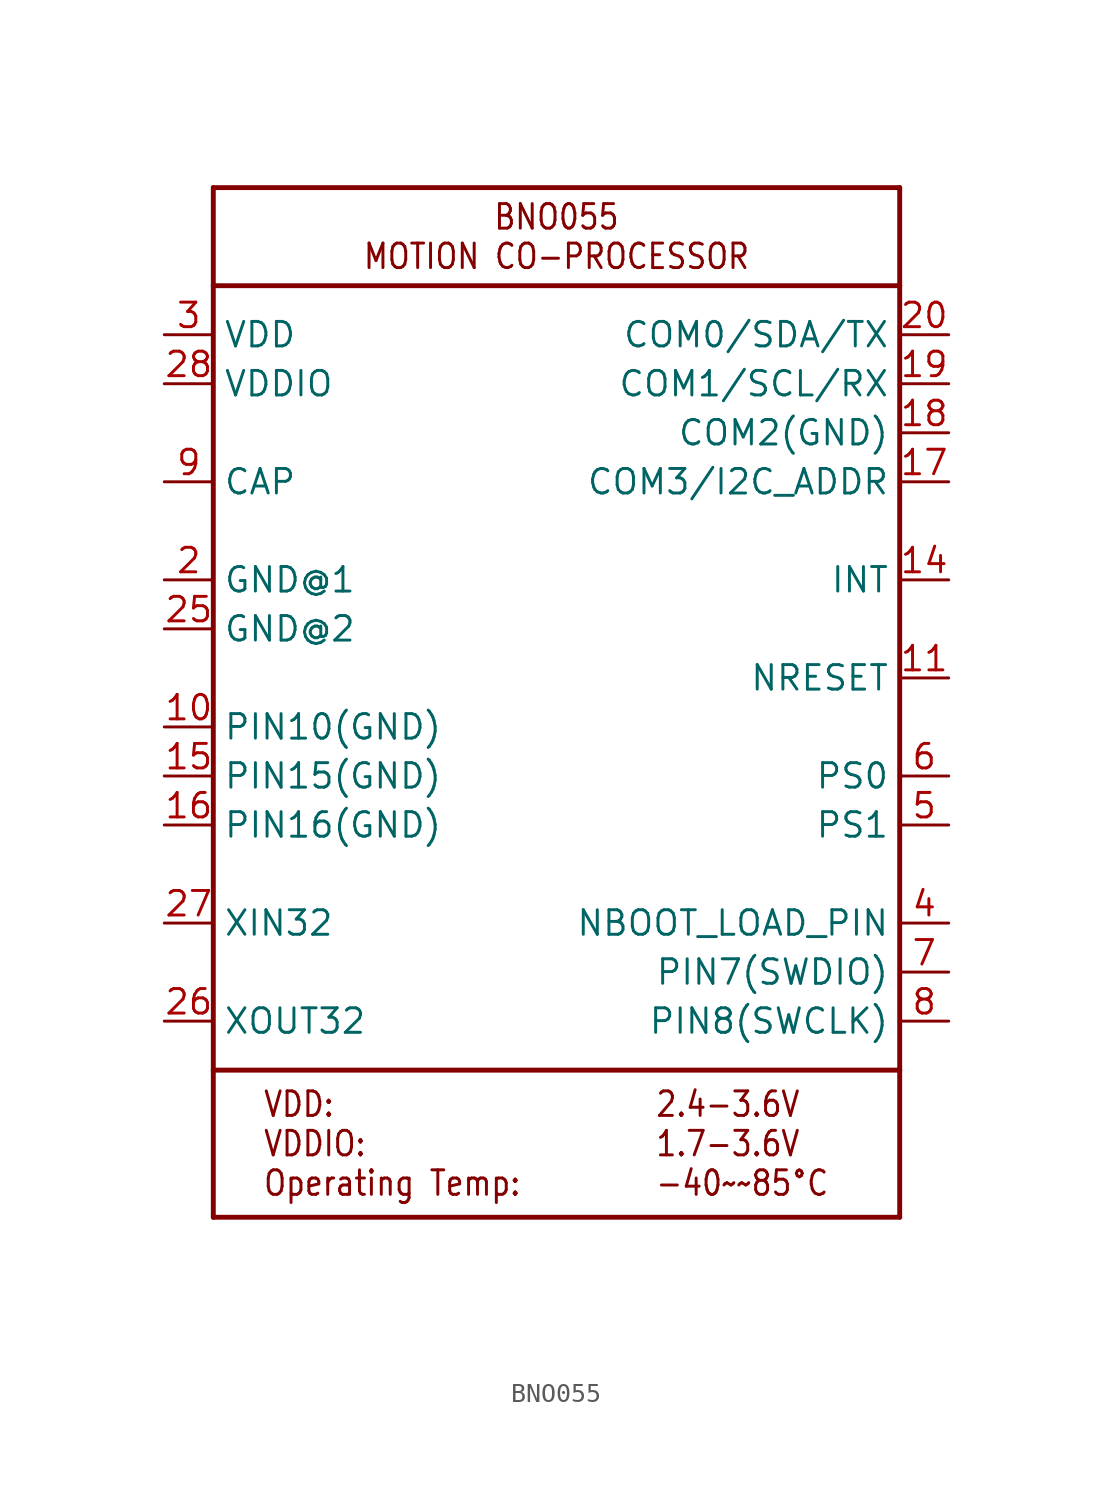
<source format=kicad_sym>
(kicad_symbol_lib
  (version 20231120)
  (generator "kicad_symbol_editor")
  (generator_version "8.0")
  (symbol "BNO055"
    (property "Reference" ""
      (at -17.78 26.67 0)
      (effects (font (size 1.27 1.079)) (justify left bottom) (hide yes)))
    (property "Value" ""
      (at -17.78 -30.48 0)
      (effects (font (size 1.27 1.079)) (justify left bottom)))
    (property "ki_locked" ""
      (at 0 0 0)
      (effects (font (size 1.27 1.27))))
    (symbol "BNO055_1_0"
      (polyline (pts (xy -17.78 -27.94) (xy 17.78 -27.94)) (stroke (width 0.254) (type solid)) (fill (type none)))
      (polyline (pts (xy -17.78 -20.32) (xy -17.78 -27.94)) (stroke (width 0.254) (type solid)) (fill (type none)))
      (polyline (pts (xy -17.78 -20.32) (xy -17.78 20.32)) (stroke (width 0.254) (type solid)) (fill (type none)))
      (polyline (pts (xy -17.78 20.32) (xy -17.78 25.4)) (stroke (width 0.254) (type solid)) (fill (type none)))
      (polyline (pts (xy -17.78 20.32) (xy 17.78 20.32)) (stroke (width 0.254) (type solid)) (fill (type none)))
      (polyline (pts (xy -17.78 25.4) (xy 17.78 25.4)) (stroke (width 0.254) (type solid)) (fill (type none)))
      (polyline (pts (xy 17.78 -27.94) (xy 17.78 -20.32)) (stroke (width 0.254) (type solid)) (fill (type none)))
      (polyline (pts (xy 17.78 -20.32) (xy -17.78 -20.32)) (stroke (width 0.254) (type solid)) (fill (type none)))
      (polyline (pts (xy 17.78 20.32) (xy 17.78 -20.32)) (stroke (width 0.254) (type solid)) (fill (type none)))
      (polyline (pts (xy 17.78 25.4) (xy 17.78 20.32)) (stroke (width 0.254) (type solid)) (fill (type none)))
      (text "2.4-3.6V\n1.7-3.6V\n-40~~85°C" (at 5.08 -24.13 0) (effects (font (size 1.27 1.079)) (justify left)))
      (text "BNO055\nMOTION CO-PROCESSOR" (at 0 22.86 0) (effects (font (size 1.27 1.079))))
      (text "VDD:\nVDDIO:\nOperating Temp:" (at -15.24 -24.13 0) (effects (font (size 1.27 1.079)) (justify left)))
      (pin bidirectional line (at -20.32 -2.54 0) (length 2.54) (name "PIN10(GND)" (effects (font (size 1.27 1.27)))) (number "10" (effects (font (size 1.27 1.27)))))
      (pin bidirectional line (at 20.32 0 180) (length 2.54) (name "NRESET" (effects (font (size 1.27 1.27)))) (number "11" (effects (font (size 1.27 1.27)))))
      (pin output line (at 20.32 5.08 180) (length 2.54) (name "INT" (effects (font (size 1.27 1.27)))) (number "14" (effects (font (size 1.27 1.27)))))
      (pin bidirectional line (at -20.32 -5.08 0) (length 2.54) (name "PIN15(GND)" (effects (font (size 1.27 1.27)))) (number "15" (effects (font (size 1.27 1.27)))))
      (pin bidirectional line (at -20.32 -7.62 0) (length 2.54) (name "PIN16(GND)" (effects (font (size 1.27 1.27)))) (number "16" (effects (font (size 1.27 1.27)))))
      (pin bidirectional line (at 20.32 10.16 180) (length 2.54) (name "COM3/I2C_ADDR" (effects (font (size 1.27 1.27)))) (number "17" (effects (font (size 1.27 1.27)))))
      (pin bidirectional line (at 20.32 12.7 180) (length 2.54) (name "COM2(GND)" (effects (font (size 1.27 1.27)))) (number "18" (effects (font (size 1.27 1.27)))))
      (pin bidirectional line (at 20.32 15.24 180) (length 2.54) (name "COM1/SCL/RX" (effects (font (size 1.27 1.27)))) (number "19" (effects (font (size 1.27 1.27)))))
      (pin power_in line (at -20.32 5.08 0) (length 2.54) (name "GND@1" (effects (font (size 1.27 1.27)))) (number "2" (effects (font (size 1.27 1.27)))))
      (pin bidirectional line (at 20.32 17.78 180) (length 2.54) (name "COM0/SDA/TX" (effects (font (size 1.27 1.27)))) (number "20" (effects (font (size 1.27 1.27)))))
      (pin power_in line (at -20.32 2.54 0) (length 2.54) (name "GND@2" (effects (font (size 1.27 1.27)))) (number "25" (effects (font (size 1.27 1.27)))))
      (pin output line (at -20.32 -17.78 0) (length 2.54) (name "XOUT32" (effects (font (size 1.27 1.27)))) (number "26" (effects (font (size 1.27 1.27)))))
      (pin input line (at -20.32 -12.7 0) (length 2.54) (name "XIN32" (effects (font (size 1.27 1.27)))) (number "27" (effects (font (size 1.27 1.27)))))
      (pin power_in line (at -20.32 15.24 0) (length 2.54) (name "VDDIO" (effects (font (size 1.27 1.27)))) (number "28" (effects (font (size 1.27 1.27)))))
      (pin power_in line (at -20.32 17.78 0) (length 2.54) (name "VDD" (effects (font (size 1.27 1.27)))) (number "3" (effects (font (size 1.27 1.27)))))
      (pin bidirectional line (at 20.32 -12.7 180) (length 2.54) (name "NBOOT_LOAD_PIN" (effects (font (size 1.27 1.27)))) (number "4" (effects (font (size 1.27 1.27)))))
      (pin input line (at 20.32 -7.62 180) (length 2.54) (name "PS1" (effects (font (size 1.27 1.27)))) (number "5" (effects (font (size 1.27 1.27)))))
      (pin input line (at 20.32 -5.08 180) (length 2.54) (name "PS0" (effects (font (size 1.27 1.27)))) (number "6" (effects (font (size 1.27 1.27)))))
      (pin bidirectional line (at 20.32 -15.24 180) (length 2.54) (name "PIN7(SWDIO)" (effects (font (size 1.27 1.27)))) (number "7" (effects (font (size 1.27 1.27)))))
      (pin bidirectional line (at 20.32 -17.78 180) (length 2.54) (name "PIN8(SWCLK)" (effects (font (size 1.27 1.27)))) (number "8" (effects (font (size 1.27 1.27)))))
      (pin passive line (at -20.32 10.16 0) (length 2.54) (name "CAP" (effects (font (size 1.27 1.27)))) (number "9" (effects (font (size 1.27 1.27))))))))
</source>
